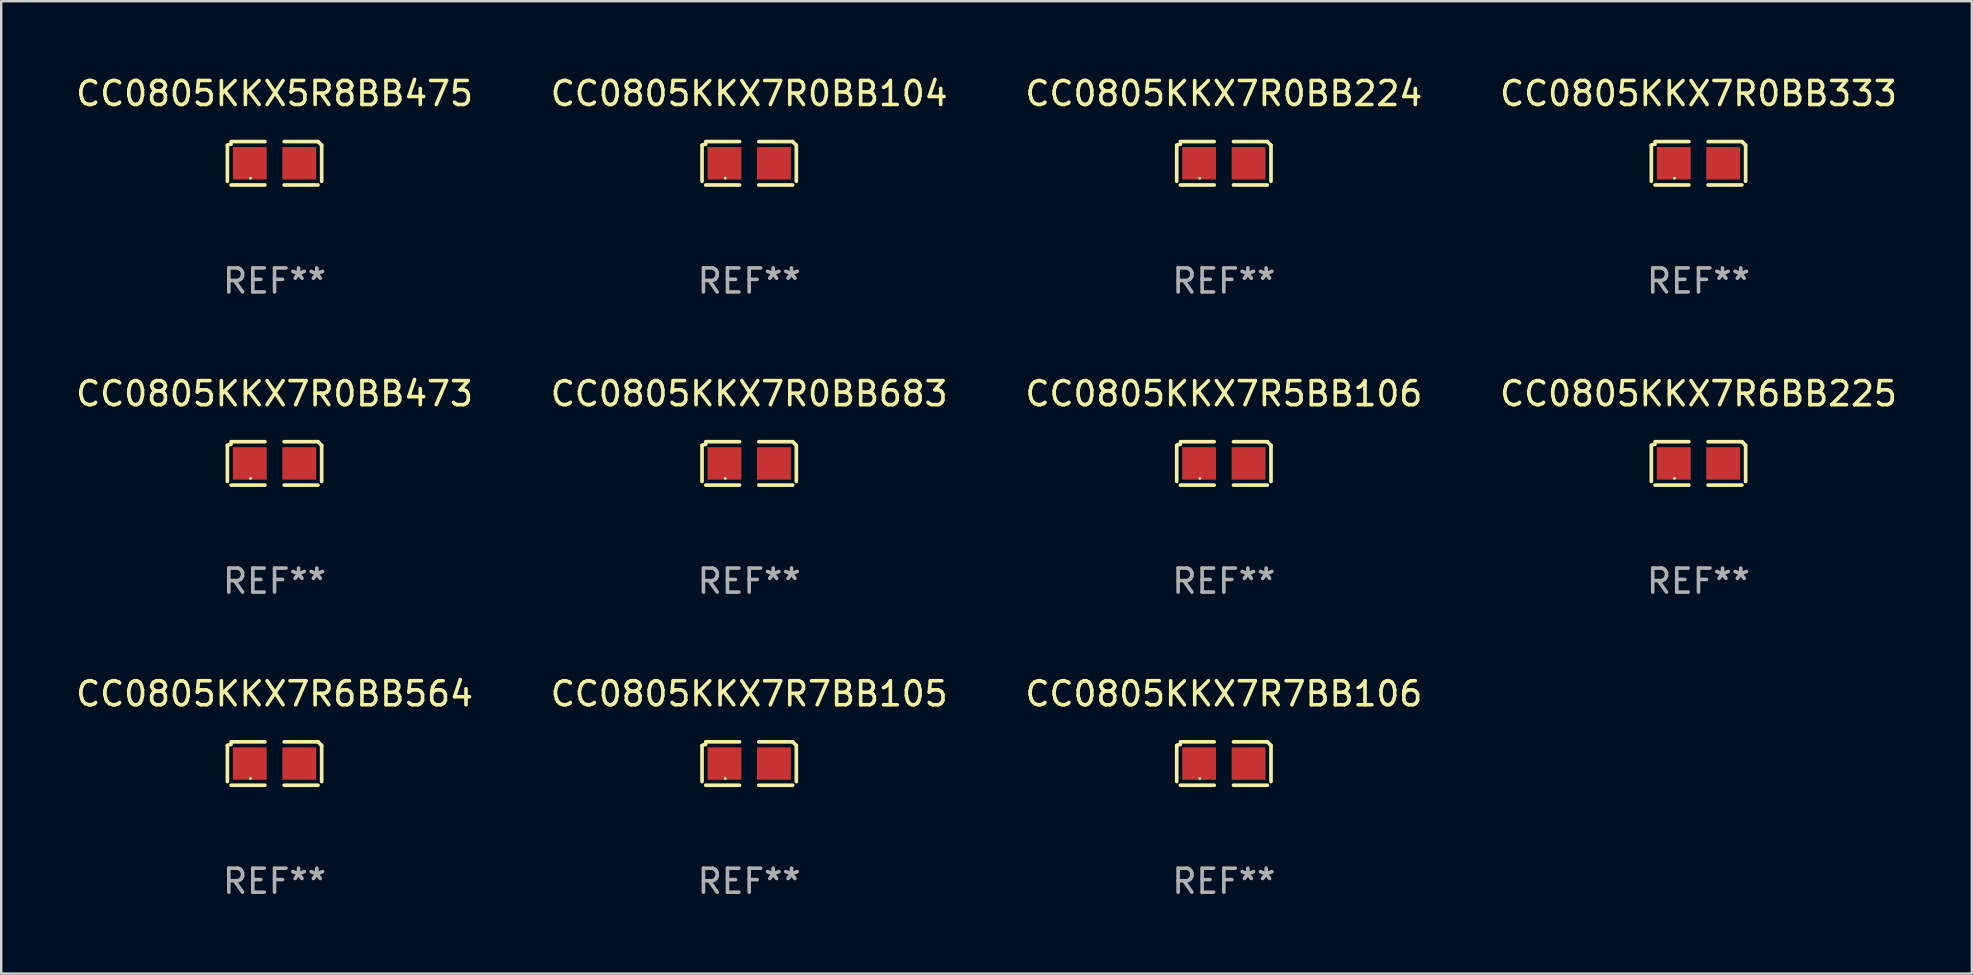
<source format=kicad_pcb>
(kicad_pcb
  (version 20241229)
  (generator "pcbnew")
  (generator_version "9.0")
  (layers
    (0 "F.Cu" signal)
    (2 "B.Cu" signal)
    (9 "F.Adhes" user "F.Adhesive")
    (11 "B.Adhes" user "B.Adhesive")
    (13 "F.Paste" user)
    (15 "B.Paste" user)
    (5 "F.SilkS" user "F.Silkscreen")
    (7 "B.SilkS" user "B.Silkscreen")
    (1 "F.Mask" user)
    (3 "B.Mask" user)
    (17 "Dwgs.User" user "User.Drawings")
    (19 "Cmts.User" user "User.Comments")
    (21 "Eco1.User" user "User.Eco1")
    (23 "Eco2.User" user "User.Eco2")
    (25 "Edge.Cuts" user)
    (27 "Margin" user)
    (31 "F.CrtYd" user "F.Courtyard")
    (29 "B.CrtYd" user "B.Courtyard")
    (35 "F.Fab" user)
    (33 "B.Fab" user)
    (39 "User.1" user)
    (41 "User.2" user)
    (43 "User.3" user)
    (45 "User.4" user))
  (footprint "CC0805KKX7R6BB225"
    (layer "F.Cu")
    (at 67.708 16.256)
    (property "Reference" "CC0805KKX7R6BB225" (at 0 -2.904 0) (layer "F.SilkS") (effects (font (size 1 1) (thickness 0.15))))
    (attr through_hole)
    (fp_line (start -1.964 0.751) (end -1.964 -0.751) (stroke (width 0.152) (type solid)) (layer "F.SilkS"))
    (fp_line (start -1.811 -0.904) (end -0.401 -0.904) (stroke (width 0.152) (type solid)) (layer "F.SilkS"))
    (fp_line (start -0.401 0.904) (end -1.811 0.904) (stroke (width 0.152) (type solid)) (layer "F.SilkS"))
    (fp_line (start 0.401 0.904) (end 1.811 0.904) (stroke (width 0.152) (type solid)) (layer "F.SilkS"))
    (fp_line (start 1.811 -0.904) (end 0.401 -0.904) (stroke (width 0.152) (type solid)) (layer "F.SilkS"))
    (fp_line (start 1.964 0.751) (end 1.964 -0.751) (stroke (width 0.152) (type solid)) (layer "F.SilkS"))
    (fp_arc (start -1.963602 -0.751207) (mid -1.890354 -0.783131) (end -1.811201 -0.794044) (stroke (width 0.1524) (type solid)) (layer "F.SilkS"))
    (fp_arc (start 1.811202 -0.903607) (mid 1.887413 -0.827418) (end 1.963602 -0.751207) (stroke (width 0.1524) (type solid)) (layer "F.SilkS"))
    (fp_circle (center -1 0.625) (end -0.97 0.625) (stroke (width 0.06) (type solid)) (fill no) (layer "F.SilkS"))
    (fp_text user "REF**" (at 0 4.904 0) (layer "F.Fab") (effects (font (size 1 1) (thickness 0.15))))
    (pad "1" smd rect (at -1.03 0) (size 1.41 1.35) (layers "F.Cu" "F.Mask" "F.Paste"))
    (pad "2" smd rect (at 1.03 0) (size 1.41 1.35) (layers "F.Cu" "F.Mask" "F.Paste")))
  (footprint "CC0805KKX5R8BB475"
    (layer "F.Cu")
    (at 8.387 3.752)
    (property "Reference" "CC0805KKX5R8BB475" (at 0 -2.904 0) (layer "F.SilkS") (effects (font (size 1 1) (thickness 0.15))))
    (attr through_hole)
    (fp_line (start -1.964 0.751) (end -1.964 -0.751) (stroke (width 0.152) (type solid)) (layer "F.SilkS"))
    (fp_line (start -1.811 -0.904) (end -0.401 -0.904) (stroke (width 0.152) (type solid)) (layer "F.SilkS"))
    (fp_line (start -0.401 0.904) (end -1.811 0.904) (stroke (width 0.152) (type solid)) (layer "F.SilkS"))
    (fp_line (start 0.401 0.904) (end 1.811 0.904) (stroke (width 0.152) (type solid)) (layer "F.SilkS"))
    (fp_line (start 1.811 -0.904) (end 0.401 -0.904) (stroke (width 0.152) (type solid)) (layer "F.SilkS"))
    (fp_line (start 1.964 0.751) (end 1.964 -0.751) (stroke (width 0.152) (type solid)) (layer "F.SilkS"))
    (fp_arc (start -1.963602 -0.751207) (mid -1.890354 -0.783131) (end -1.811201 -0.794044) (stroke (width 0.1524) (type solid)) (layer "F.SilkS"))
    (fp_arc (start 1.811202 -0.903607) (mid 1.887413 -0.827418) (end 1.963602 -0.751207) (stroke (width 0.1524) (type solid)) (layer "F.SilkS"))
    (fp_circle (center -1 0.625) (end -0.97 0.625) (stroke (width 0.06) (type solid)) (fill no) (layer "F.SilkS"))
    (fp_text user "REF**" (at 0 4.904 0) (layer "F.Fab") (effects (font (size 1 1) (thickness 0.15))))
    (pad "1" smd rect (at -1.03 0) (size 1.41 1.35) (layers "F.Cu" "F.Mask" "F.Paste"))
    (pad "2" smd rect (at 1.03 0) (size 1.41 1.35) (layers "F.Cu" "F.Mask" "F.Paste")))
  (footprint "CC0805KKX7R0BB333"
    (layer "F.Cu")
    (at 67.708 3.752)
    (property "Reference" "CC0805KKX7R0BB333" (at 0 -2.904 0) (layer "F.SilkS") (effects (font (size 1 1) (thickness 0.15))))
    (attr through_hole)
    (fp_line (start -1.964 0.751) (end -1.964 -0.751) (stroke (width 0.152) (type solid)) (layer "F.SilkS"))
    (fp_line (start -1.811 -0.904) (end -0.401 -0.904) (stroke (width 0.152) (type solid)) (layer "F.SilkS"))
    (fp_line (start -0.401 0.904) (end -1.811 0.904) (stroke (width 0.152) (type solid)) (layer "F.SilkS"))
    (fp_line (start 0.401 0.904) (end 1.811 0.904) (stroke (width 0.152) (type solid)) (layer "F.SilkS"))
    (fp_line (start 1.811 -0.904) (end 0.401 -0.904) (stroke (width 0.152) (type solid)) (layer "F.SilkS"))
    (fp_line (start 1.964 0.751) (end 1.964 -0.751) (stroke (width 0.152) (type solid)) (layer "F.SilkS"))
    (fp_arc (start -1.963602 -0.751207) (mid -1.890354 -0.783131) (end -1.811201 -0.794044) (stroke (width 0.1524) (type solid)) (layer "F.SilkS"))
    (fp_arc (start 1.811202 -0.903607) (mid 1.887413 -0.827418) (end 1.963602 -0.751207) (stroke (width 0.1524) (type solid)) (layer "F.SilkS"))
    (fp_circle (center -1 0.625) (end -0.97 0.625) (stroke (width 0.06) (type solid)) (fill no) (layer "F.SilkS"))
    (fp_text user "REF**" (at 0 4.904 0) (layer "F.Fab") (effects (font (size 1 1) (thickness 0.15))))
    (pad "1" smd rect (at -1.03 0) (size 1.41 1.35) (layers "F.Cu" "F.Mask" "F.Paste"))
    (pad "2" smd rect (at 1.03 0) (size 1.41 1.35) (layers "F.Cu" "F.Mask" "F.Paste")))
  (footprint "CC0805KKX7R0BB473"
    (layer "F.Cu")
    (at 8.387 16.256)
    (property "Reference" "CC0805KKX7R0BB473" (at 0 -2.904 0) (layer "F.SilkS") (effects (font (size 1 1) (thickness 0.15))))
    (attr through_hole)
    (fp_line (start -1.964 0.751) (end -1.964 -0.751) (stroke (width 0.152) (type solid)) (layer "F.SilkS"))
    (fp_line (start -1.811 -0.904) (end -0.401 -0.904) (stroke (width 0.152) (type solid)) (layer "F.SilkS"))
    (fp_line (start -0.401 0.904) (end -1.811 0.904) (stroke (width 0.152) (type solid)) (layer "F.SilkS"))
    (fp_line (start 0.401 0.904) (end 1.811 0.904) (stroke (width 0.152) (type solid)) (layer "F.SilkS"))
    (fp_line (start 1.811 -0.904) (end 0.401 -0.904) (stroke (width 0.152) (type solid)) (layer "F.SilkS"))
    (fp_line (start 1.964 0.751) (end 1.964 -0.751) (stroke (width 0.152) (type solid)) (layer "F.SilkS"))
    (fp_arc (start -1.963602 -0.751207) (mid -1.890354 -0.783131) (end -1.811201 -0.794044) (stroke (width 0.1524) (type solid)) (layer "F.SilkS"))
    (fp_arc (start 1.811202 -0.903607) (mid 1.887413 -0.827418) (end 1.963602 -0.751207) (stroke (width 0.1524) (type solid)) (layer "F.SilkS"))
    (fp_circle (center -1 0.625) (end -0.97 0.625) (stroke (width 0.06) (type solid)) (fill no) (layer "F.SilkS"))
    (fp_text user "REF**" (at 0 4.904 0) (layer "F.Fab") (effects (font (size 1 1) (thickness 0.15))))
    (pad "1" smd rect (at -1.03 0) (size 1.41 1.35) (layers "F.Cu" "F.Mask" "F.Paste"))
    (pad "2" smd rect (at 1.03 0) (size 1.41 1.35) (layers "F.Cu" "F.Mask" "F.Paste")))
  (footprint "CC0805KKX7R0BB224"
    (layer "F.Cu")
    (at 47.935 3.752)
    (property "Reference" "CC0805KKX7R0BB224" (at 0 -2.904 0) (layer "F.SilkS") (effects (font (size 1 1) (thickness 0.15))))
    (attr through_hole)
    (fp_line (start -1.964 0.751) (end -1.964 -0.751) (stroke (width 0.152) (type solid)) (layer "F.SilkS"))
    (fp_line (start -1.811 -0.904) (end -0.401 -0.904) (stroke (width 0.152) (type solid)) (layer "F.SilkS"))
    (fp_line (start -0.401 0.904) (end -1.811 0.904) (stroke (width 0.152) (type solid)) (layer "F.SilkS"))
    (fp_line (start 0.401 0.904) (end 1.811 0.904) (stroke (width 0.152) (type solid)) (layer "F.SilkS"))
    (fp_line (start 1.811 -0.904) (end 0.401 -0.904) (stroke (width 0.152) (type solid)) (layer "F.SilkS"))
    (fp_line (start 1.964 0.751) (end 1.964 -0.751) (stroke (width 0.152) (type solid)) (layer "F.SilkS"))
    (fp_arc (start -1.963602 -0.751207) (mid -1.890354 -0.783131) (end -1.811201 -0.794044) (stroke (width 0.1524) (type solid)) (layer "F.SilkS"))
    (fp_arc (start 1.811202 -0.903607) (mid 1.887413 -0.827418) (end 1.963602 -0.751207) (stroke (width 0.1524) (type solid)) (layer "F.SilkS"))
    (fp_circle (center -1 0.625) (end -0.97 0.625) (stroke (width 0.06) (type solid)) (fill no) (layer "F.SilkS"))
    (fp_text user "REF**" (at 0 4.904 0) (layer "F.Fab") (effects (font (size 1 1) (thickness 0.15))))
    (pad "1" smd rect (at -1.03 0) (size 1.41 1.35) (layers "F.Cu" "F.Mask" "F.Paste"))
    (pad "2" smd rect (at 1.03 0) (size 1.41 1.35) (layers "F.Cu" "F.Mask" "F.Paste")))
  (footprint "CC0805KKX7R7BB106"
    (layer "F.Cu")
    (at 47.935 28.759)
    (property "Reference" "CC0805KKX7R7BB106" (at 0 -2.904 0) (layer "F.SilkS") (effects (font (size 1 1) (thickness 0.15))))
    (attr through_hole)
    (fp_line (start -1.964 0.751) (end -1.964 -0.751) (stroke (width 0.152) (type solid)) (layer "F.SilkS"))
    (fp_line (start -1.811 -0.904) (end -0.401 -0.904) (stroke (width 0.152) (type solid)) (layer "F.SilkS"))
    (fp_line (start -0.401 0.904) (end -1.811 0.904) (stroke (width 0.152) (type solid)) (layer "F.SilkS"))
    (fp_line (start 0.401 0.904) (end 1.811 0.904) (stroke (width 0.152) (type solid)) (layer "F.SilkS"))
    (fp_line (start 1.811 -0.904) (end 0.401 -0.904) (stroke (width 0.152) (type solid)) (layer "F.SilkS"))
    (fp_line (start 1.964 0.751) (end 1.964 -0.751) (stroke (width 0.152) (type solid)) (layer "F.SilkS"))
    (fp_arc (start -1.963602 -0.751207) (mid -1.890354 -0.783131) (end -1.811201 -0.794044) (stroke (width 0.1524) (type solid)) (layer "F.SilkS"))
    (fp_arc (start 1.811202 -0.903607) (mid 1.887413 -0.827418) (end 1.963602 -0.751207) (stroke (width 0.1524) (type solid)) (layer "F.SilkS"))
    (fp_circle (center -1 0.625) (end -0.97 0.625) (stroke (width 0.06) (type solid)) (fill no) (layer "F.SilkS"))
    (fp_text user "REF**" (at 0 4.904 0) (layer "F.Fab") (effects (font (size 1 1) (thickness 0.15))))
    (pad "1" smd rect (at -1.03 0) (size 1.41 1.35) (layers "F.Cu" "F.Mask" "F.Paste"))
    (pad "2" smd rect (at 1.03 0) (size 1.41 1.35) (layers "F.Cu" "F.Mask" "F.Paste")))
  (footprint "CC0805KKX7R0BB104"
    (layer "F.Cu")
    (at 28.161 3.752)
    (property "Reference" "CC0805KKX7R0BB104" (at 0 -2.904 0) (layer "F.SilkS") (effects (font (size 1 1) (thickness 0.15))))
    (attr through_hole)
    (fp_line (start -1.964 0.751) (end -1.964 -0.751) (stroke (width 0.152) (type solid)) (layer "F.SilkS"))
    (fp_line (start -1.811 -0.904) (end -0.401 -0.904) (stroke (width 0.152) (type solid)) (layer "F.SilkS"))
    (fp_line (start -0.401 0.904) (end -1.811 0.904) (stroke (width 0.152) (type solid)) (layer "F.SilkS"))
    (fp_line (start 0.401 0.904) (end 1.811 0.904) (stroke (width 0.152) (type solid)) (layer "F.SilkS"))
    (fp_line (start 1.811 -0.904) (end 0.401 -0.904) (stroke (width 0.152) (type solid)) (layer "F.SilkS"))
    (fp_line (start 1.964 0.751) (end 1.964 -0.751) (stroke (width 0.152) (type solid)) (layer "F.SilkS"))
    (fp_arc (start -1.963602 -0.751207) (mid -1.890354 -0.783131) (end -1.811201 -0.794044) (stroke (width 0.1524) (type solid)) (layer "F.SilkS"))
    (fp_arc (start 1.811202 -0.903607) (mid 1.887413 -0.827418) (end 1.963602 -0.751207) (stroke (width 0.1524) (type solid)) (layer "F.SilkS"))
    (fp_circle (center -1 0.625) (end -0.97 0.625) (stroke (width 0.06) (type solid)) (fill no) (layer "F.SilkS"))
    (fp_text user "REF**" (at 0 4.904 0) (layer "F.Fab") (effects (font (size 1 1) (thickness 0.15))))
    (pad "1" smd rect (at -1.03 0) (size 1.41 1.35) (layers "F.Cu" "F.Mask" "F.Paste"))
    (pad "2" smd rect (at 1.03 0) (size 1.41 1.35) (layers "F.Cu" "F.Mask" "F.Paste")))
  (footprint "CC0805KKX7R7BB105"
    (layer "F.Cu")
    (at 28.161 28.759)
    (property "Reference" "CC0805KKX7R7BB105" (at 0 -2.904 0) (layer "F.SilkS") (effects (font (size 1 1) (thickness 0.15))))
    (attr through_hole)
    (fp_line (start -1.964 0.751) (end -1.964 -0.751) (stroke (width 0.152) (type solid)) (layer "F.SilkS"))
    (fp_line (start -1.811 -0.904) (end -0.401 -0.904) (stroke (width 0.152) (type solid)) (layer "F.SilkS"))
    (fp_line (start -0.401 0.904) (end -1.811 0.904) (stroke (width 0.152) (type solid)) (layer "F.SilkS"))
    (fp_line (start 0.401 0.904) (end 1.811 0.904) (stroke (width 0.152) (type solid)) (layer "F.SilkS"))
    (fp_line (start 1.811 -0.904) (end 0.401 -0.904) (stroke (width 0.152) (type solid)) (layer "F.SilkS"))
    (fp_line (start 1.964 0.751) (end 1.964 -0.751) (stroke (width 0.152) (type solid)) (layer "F.SilkS"))
    (fp_arc (start -1.963602 -0.751207) (mid -1.890354 -0.783131) (end -1.811201 -0.794044) (stroke (width 0.1524) (type solid)) (layer "F.SilkS"))
    (fp_arc (start 1.811202 -0.903607) (mid 1.887413 -0.827418) (end 1.963602 -0.751207) (stroke (width 0.1524) (type solid)) (layer "F.SilkS"))
    (fp_circle (center -1 0.625) (end -0.97 0.625) (stroke (width 0.06) (type solid)) (fill no) (layer "F.SilkS"))
    (fp_text user "REF**" (at 0 4.904 0) (layer "F.Fab") (effects (font (size 1 1) (thickness 0.15))))
    (pad "1" smd rect (at -1.03 0) (size 1.41 1.35) (layers "F.Cu" "F.Mask" "F.Paste"))
    (pad "2" smd rect (at 1.03 0) (size 1.41 1.35) (layers "F.Cu" "F.Mask" "F.Paste")))
  (footprint "CC0805KKX7R6BB564"
    (layer "F.Cu")
    (at 8.387 28.759)
    (property "Reference" "CC0805KKX7R6BB564" (at 0 -2.904 0) (layer "F.SilkS") (effects (font (size 1 1) (thickness 0.15))))
    (attr through_hole)
    (fp_line (start -1.964 0.751) (end -1.964 -0.751) (stroke (width 0.152) (type solid)) (layer "F.SilkS"))
    (fp_line (start -1.811 -0.904) (end -0.401 -0.904) (stroke (width 0.152) (type solid)) (layer "F.SilkS"))
    (fp_line (start -0.401 0.904) (end -1.811 0.904) (stroke (width 0.152) (type solid)) (layer "F.SilkS"))
    (fp_line (start 0.401 0.904) (end 1.811 0.904) (stroke (width 0.152) (type solid)) (layer "F.SilkS"))
    (fp_line (start 1.811 -0.904) (end 0.401 -0.904) (stroke (width 0.152) (type solid)) (layer "F.SilkS"))
    (fp_line (start 1.964 0.751) (end 1.964 -0.751) (stroke (width 0.152) (type solid)) (layer "F.SilkS"))
    (fp_arc (start -1.963602 -0.751207) (mid -1.890354 -0.783131) (end -1.811201 -0.794044) (stroke (width 0.1524) (type solid)) (layer "F.SilkS"))
    (fp_arc (start 1.811202 -0.903607) (mid 1.887413 -0.827418) (end 1.963602 -0.751207) (stroke (width 0.1524) (type solid)) (layer "F.SilkS"))
    (fp_circle (center -1 0.625) (end -0.97 0.625) (stroke (width 0.06) (type solid)) (fill no) (layer "F.SilkS"))
    (fp_text user "REF**" (at 0 4.904 0) (layer "F.Fab") (effects (font (size 1 1) (thickness 0.15))))
    (pad "1" smd rect (at -1.03 0) (size 1.41 1.35) (layers "F.Cu" "F.Mask" "F.Paste"))
    (pad "2" smd rect (at 1.03 0) (size 1.41 1.35) (layers "F.Cu" "F.Mask" "F.Paste")))
  (footprint "CC0805KKX7R0BB683"
    (layer "F.Cu")
    (at 28.161 16.256)
    (property "Reference" "CC0805KKX7R0BB683" (at 0 -2.904 0) (layer "F.SilkS") (effects (font (size 1 1) (thickness 0.15))))
    (attr through_hole)
    (fp_line (start -1.964 0.751) (end -1.964 -0.751) (stroke (width 0.152) (type solid)) (layer "F.SilkS"))
    (fp_line (start -1.811 -0.904) (end -0.401 -0.904) (stroke (width 0.152) (type solid)) (layer "F.SilkS"))
    (fp_line (start -0.401 0.904) (end -1.811 0.904) (stroke (width 0.152) (type solid)) (layer "F.SilkS"))
    (fp_line (start 0.401 0.904) (end 1.811 0.904) (stroke (width 0.152) (type solid)) (layer "F.SilkS"))
    (fp_line (start 1.811 -0.904) (end 0.401 -0.904) (stroke (width 0.152) (type solid)) (layer "F.SilkS"))
    (fp_line (start 1.964 0.751) (end 1.964 -0.751) (stroke (width 0.152) (type solid)) (layer "F.SilkS"))
    (fp_arc (start -1.963602 -0.751207) (mid -1.890354 -0.783131) (end -1.811201 -0.794044) (stroke (width 0.1524) (type solid)) (layer "F.SilkS"))
    (fp_arc (start 1.811202 -0.903607) (mid 1.887413 -0.827418) (end 1.963602 -0.751207) (stroke (width 0.1524) (type solid)) (layer "F.SilkS"))
    (fp_circle (center -1 0.625) (end -0.97 0.625) (stroke (width 0.06) (type solid)) (fill no) (layer "F.SilkS"))
    (fp_text user "REF**" (at 0 4.904 0) (layer "F.Fab") (effects (font (size 1 1) (thickness 0.15))))
    (pad "1" smd rect (at -1.03 0) (size 1.41 1.35) (layers "F.Cu" "F.Mask" "F.Paste"))
    (pad "2" smd rect (at 1.03 0) (size 1.41 1.35) (layers "F.Cu" "F.Mask" "F.Paste")))
  (footprint "CC0805KKX7R5BB106"
    (layer "F.Cu")
    (at 47.935 16.256)
    (property "Reference" "CC0805KKX7R5BB106" (at 0 -2.904 0) (layer "F.SilkS") (effects (font (size 1 1) (thickness 0.15))))
    (attr through_hole)
    (fp_line (start -1.964 0.751) (end -1.964 -0.751) (stroke (width 0.152) (type solid)) (layer "F.SilkS"))
    (fp_line (start -1.811 -0.904) (end -0.401 -0.904) (stroke (width 0.152) (type solid)) (layer "F.SilkS"))
    (fp_line (start -0.401 0.904) (end -1.811 0.904) (stroke (width 0.152) (type solid)) (layer "F.SilkS"))
    (fp_line (start 0.401 0.904) (end 1.811 0.904) (stroke (width 0.152) (type solid)) (layer "F.SilkS"))
    (fp_line (start 1.811 -0.904) (end 0.401 -0.904) (stroke (width 0.152) (type solid)) (layer "F.SilkS"))
    (fp_line (start 1.964 0.751) (end 1.964 -0.751) (stroke (width 0.152) (type solid)) (layer "F.SilkS"))
    (fp_arc (start -1.963602 -0.751207) (mid -1.890354 -0.783131) (end -1.811201 -0.794044) (stroke (width 0.1524) (type solid)) (layer "F.SilkS"))
    (fp_arc (start 1.811202 -0.903607) (mid 1.887413 -0.827418) (end 1.963602 -0.751207) (stroke (width 0.1524) (type solid)) (layer "F.SilkS"))
    (fp_circle (center -1 0.625) (end -0.97 0.625) (stroke (width 0.06) (type solid)) (fill no) (layer "F.SilkS"))
    (fp_text user "REF**" (at 0 4.904 0) (layer "F.Fab") (effects (font (size 1 1) (thickness 0.15))))
    (pad "1" smd rect (at -1.03 0) (size 1.41 1.35) (layers "F.Cu" "F.Mask" "F.Paste"))
    (pad "2" smd rect (at 1.03 0) (size 1.41 1.35) (layers "F.Cu" "F.Mask" "F.Paste")))
  (gr_rect
    (start -3 -3)
    (end 79.095 37.511)
    (stroke (width 0.1) (type default))
    (fill no)
    (layer "Edge.Cuts")))
</source>
